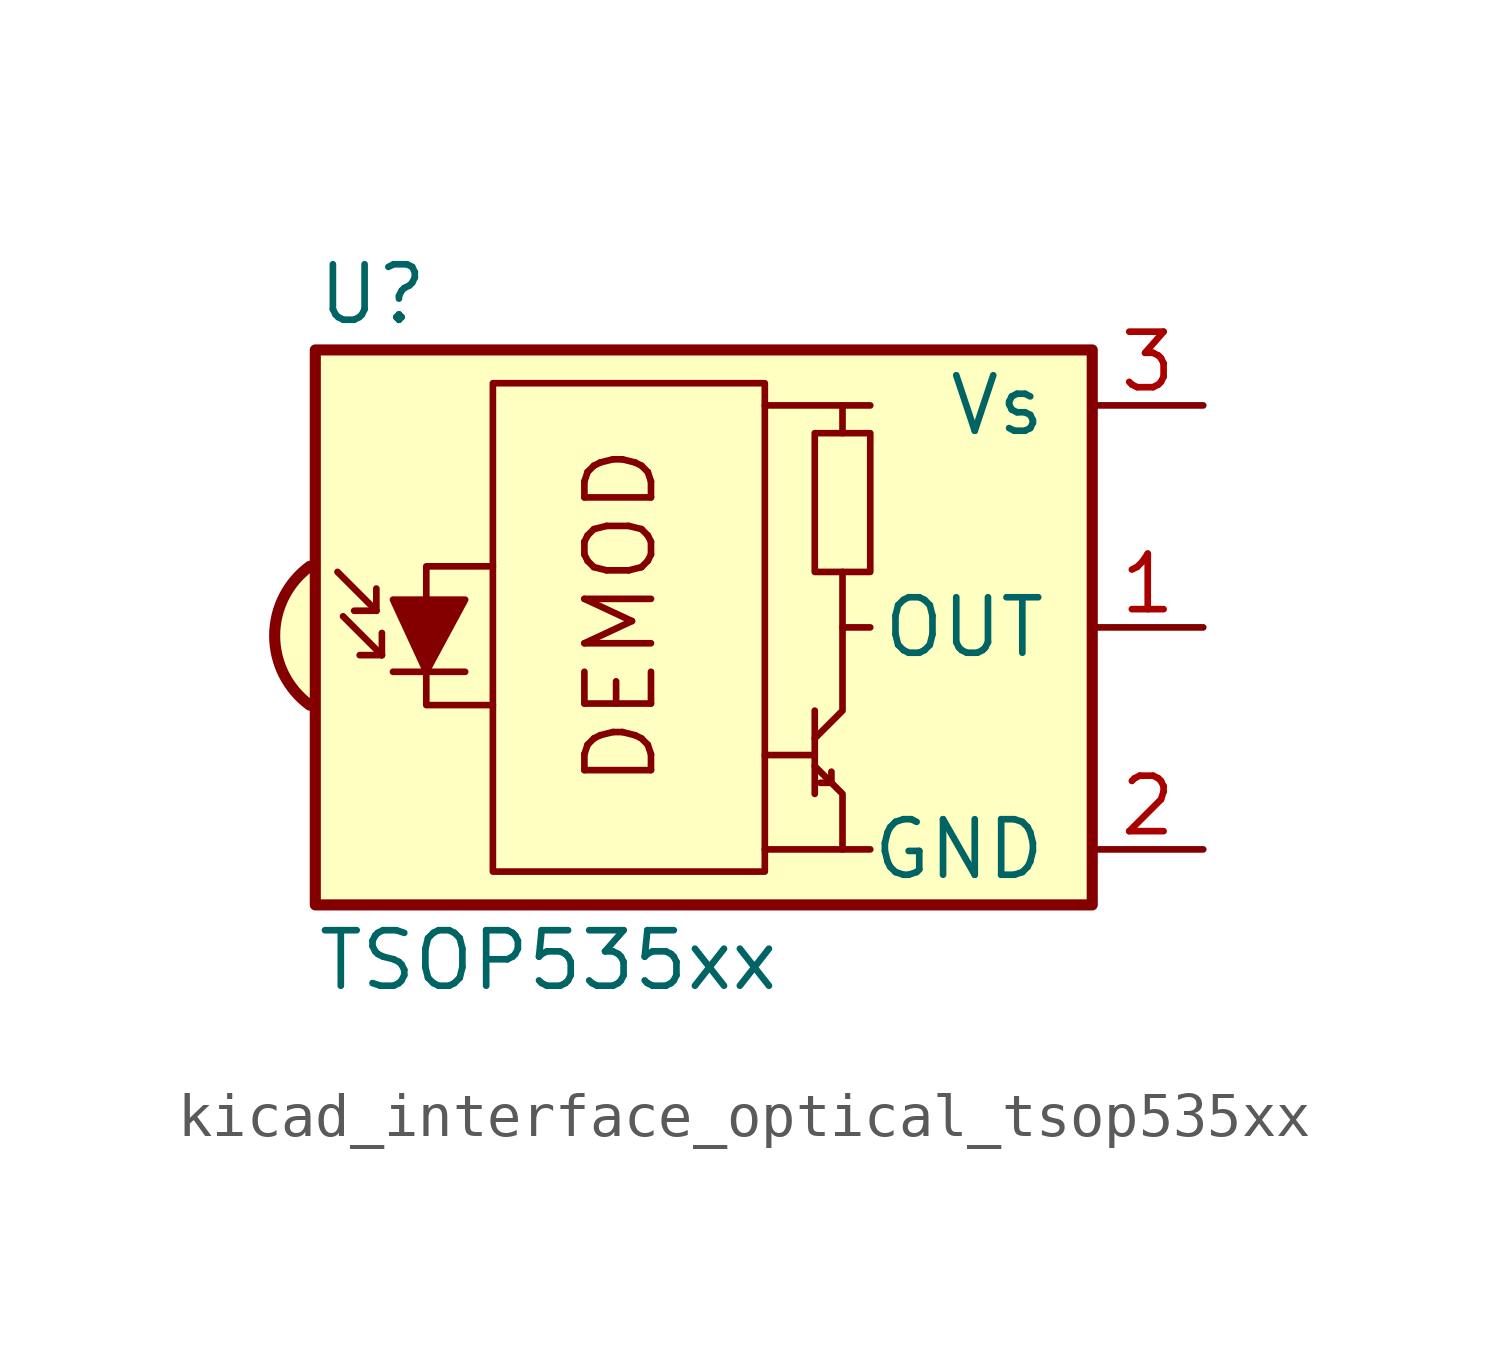
<source format=kicad_sym>
(kicad_symbol_lib
  (version 20220914)
  (generator kicad_symbol_editor)
  (symbol "kicad_interface_optical_tsop535xx"
    (pin_names
      (offset 1.016))
    (property "Reference" "U"
      (at -10.16 7.62 0)
      (effects (font (size 1.27 1.27)) (justify left)))
    (property "Value" "TSOP535xx"
      (at -10.16 -7.62 0)
      (effects (font (size 1.27 1.27)) (justify left)))
    (symbol "kicad_interface_optical_tsop535xx_0_0"
      (arc (start -10.287 1.397) (mid -11.0899 -0.1852) (end -10.287 -1.778) (stroke (width 0.254) (type default)) (fill (type background)))
      (polyline (pts (xy 1.905 -5.08) (xy 0.127 -5.08)) (stroke (width 0) (type default)) (fill (type none)))
      (polyline (pts (xy 1.905 5.08) (xy 0.127 5.08)) (stroke (width 0) (type default)) (fill (type none)))
      (text "DEMOD" (at -3.175 0.254 900) (effects (font (size 1.524 1.524)))))
    (symbol "kicad_interface_optical_tsop535xx_0_1"
      (rectangle (start -6.096 5.588) (end 0.127 -5.588) (stroke (width 0) (type default)) (fill (type none)))
      (polyline (pts (xy -8.763 0.381) (xy -9.652 1.27)) (stroke (width 0) (type default)) (fill (type none)))
      (polyline (pts (xy -8.763 0.381) (xy -9.271 0.381)) (stroke (width 0) (type default)) (fill (type none)))
      (polyline (pts (xy -8.763 0.381) (xy -8.763 0.889)) (stroke (width 0) (type default)) (fill (type none)))
      (polyline (pts (xy -8.636 -0.635) (xy -9.525 0.254)) (stroke (width 0) (type default)) (fill (type none)))
      (polyline (pts (xy -8.636 -0.635) (xy -9.144 -0.635)) (stroke (width 0) (type default)) (fill (type none)))
      (polyline (pts (xy -8.636 -0.635) (xy -8.636 -0.127)) (stroke (width 0) (type default)) (fill (type none)))
      (polyline (pts (xy -8.382 -1.016) (xy -6.731 -1.016)) (stroke (width 0) (type default)) (fill (type none)))
      (polyline (pts (xy 1.27 -2.921) (xy 0.127 -2.921)) (stroke (width 0) (type default)) (fill (type none)))
      (polyline (pts (xy 1.27 -1.905) (xy 1.27 -3.81)) (stroke (width 0) (type default)) (fill (type none)))
      (polyline (pts (xy 1.397 -3.556) (xy 1.524 -3.556)) (stroke (width 0) (type default)) (fill (type none)))
      (polyline (pts (xy 1.651 -3.556) (xy 1.524 -3.556)) (stroke (width 0) (type default)) (fill (type none)))
      (polyline (pts (xy 1.651 -3.556) (xy 1.651 -3.302)) (stroke (width 0) (type default)) (fill (type none)))
      (polyline (pts (xy 1.905 0) (xy 1.905 1.27)) (stroke (width 0) (type default)) (fill (type none)))
      (polyline (pts (xy 1.905 4.445) (xy 1.905 5.08) (xy 2.54 5.08)) (stroke (width 0) (type default)) (fill (type none)))
      (polyline (pts (xy -8.382 0.635) (xy -6.731 0.635) (xy -7.62 -1.016) (xy -8.382 0.635)) (stroke (width 0) (type default)) (fill (type outline)))
      (polyline (pts (xy -6.096 1.397) (xy -7.62 1.397) (xy -7.62 -1.778) (xy -6.096 -1.778)) (stroke (width 0) (type default)) (fill (type none)))
      (polyline (pts (xy 1.27 -3.175) (xy 1.905 -3.81) (xy 1.905 -5.08) (xy 2.54 -5.08)) (stroke (width 0) (type default)) (fill (type none)))
      (polyline (pts (xy 1.27 -2.54) (xy 1.905 -1.905) (xy 1.905 0) (xy 2.54 0)) (stroke (width 0) (type default)) (fill (type none)))
      (rectangle (start 2.54 1.27) (end 1.27 4.445) (stroke (width 0) (type default)) (fill (type none)))
      (rectangle (start 7.62 6.35) (end -10.16 -6.35) (stroke (width 0.254) (type default)) (fill (type background))))
    (symbol "kicad_interface_optical_tsop535xx_1_1"
      (pin output line (at 10.16 0 180) (length 2.54) (name "OUT" (effects (font (size 1.27 1.27)))) (number "1" (effects (font (size 1.27 1.27)))))
      (pin power_in line (at 10.16 -5.08 180) (length 2.54) (name "GND" (effects (font (size 1.27 1.27)))) (number "2" (effects (font (size 1.27 1.27)))))
      (pin power_in line (at 10.16 5.08 180) (length 2.54) (name "Vs" (effects (font (size 1.27 1.27)))) (number "3" (effects (font (size 1.27 1.27))))))))
</source>
